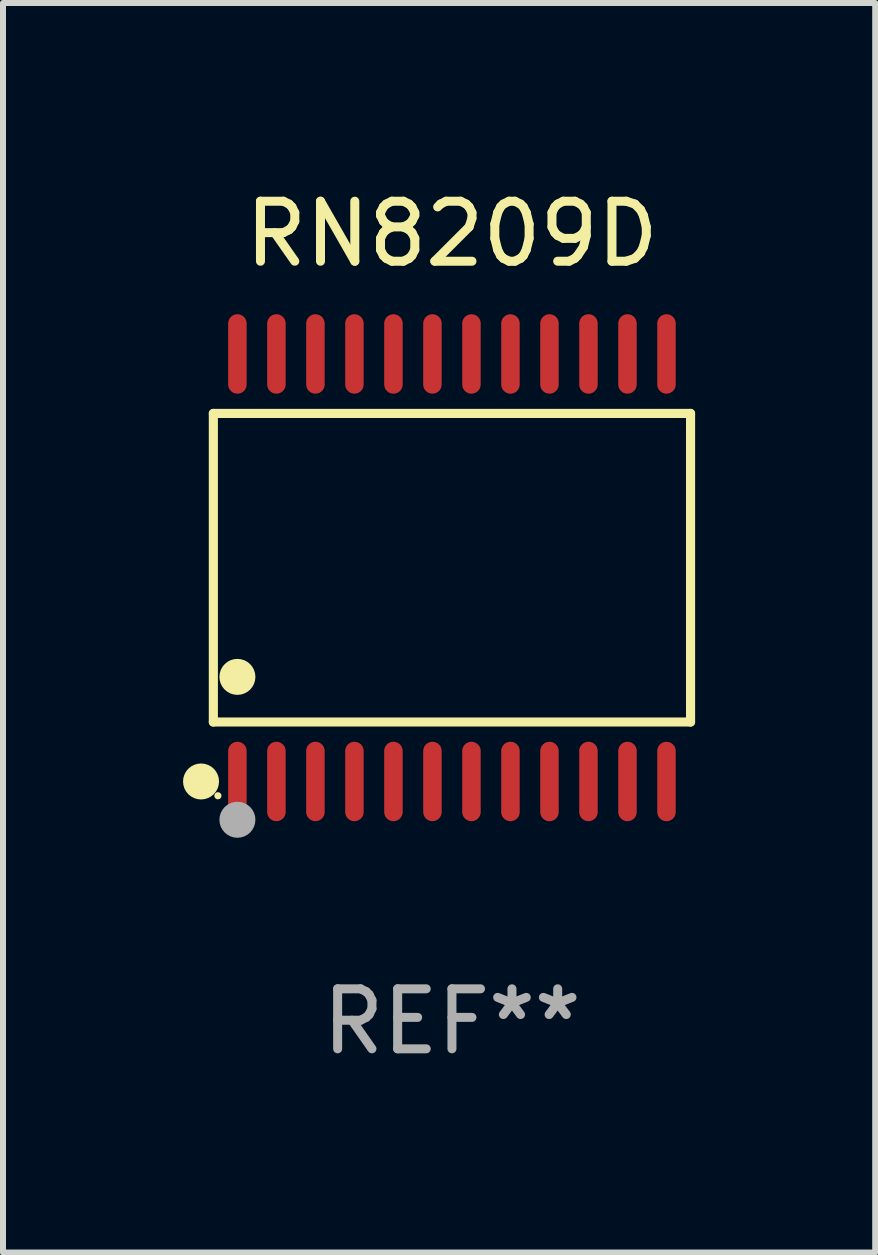
<source format=kicad_pcb>
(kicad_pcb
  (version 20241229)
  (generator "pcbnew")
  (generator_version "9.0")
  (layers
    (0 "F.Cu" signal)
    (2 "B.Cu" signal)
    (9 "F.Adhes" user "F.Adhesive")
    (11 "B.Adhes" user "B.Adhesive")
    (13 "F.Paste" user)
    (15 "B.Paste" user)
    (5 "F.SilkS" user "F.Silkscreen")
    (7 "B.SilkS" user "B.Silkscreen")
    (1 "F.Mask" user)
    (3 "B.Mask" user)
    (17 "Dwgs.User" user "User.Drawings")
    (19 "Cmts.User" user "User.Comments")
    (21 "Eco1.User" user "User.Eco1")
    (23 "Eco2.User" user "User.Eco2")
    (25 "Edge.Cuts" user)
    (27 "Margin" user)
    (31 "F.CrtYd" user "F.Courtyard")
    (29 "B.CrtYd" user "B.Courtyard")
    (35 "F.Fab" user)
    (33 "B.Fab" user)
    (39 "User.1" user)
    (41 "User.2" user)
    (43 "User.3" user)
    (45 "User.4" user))
  (footprint "RN8209D"
    (layer "F.Cu")
    (at 4.481 6.41)
    (property "Reference" "RN8209D" (at 0 -5.562 0) (layer "F.SilkS") (effects (font (size 1 1) (thickness 0.15))))
    (attr through_hole)
    (fp_line (start -3.976 -2.571) (end 3.976 -2.571) (stroke (width 0.152) (type solid)) (layer "F.SilkS"))
    (fp_line (start -3.976 2.571) (end -3.976 -2.571) (stroke (width 0.152) (type solid)) (layer "F.SilkS"))
    (fp_line (start 3.976 -2.571) (end 3.976 2.571) (stroke (width 0.152) (type solid)) (layer "F.SilkS"))
    (fp_line (start 3.976 2.571) (end -3.976 2.571) (stroke (width 0.152) (type solid)) (layer "F.SilkS"))
    (fp_circle (center -4.181 3.562) (end -4.031 3.562) (stroke (width 0.3) (type solid)) (fill no) (layer "F.SilkS"))
    (fp_circle (center -3.9 3.8) (end -3.87 3.8) (stroke (width 0.06) (type solid)) (fill no) (layer "F.SilkS"))
    (fp_circle (center -3.575 1.819) (end -3.425 1.819) (stroke (width 0.3) (type solid)) (fill no) (layer "F.SilkS"))
    (fp_circle (center -3.575 4.2) (end -3.425 4.2) (stroke (width 0.3) (type solid)) (fill no) (layer "F.Fab"))
    (fp_text user "REF**" (at 0 7.562 0) (layer "F.Fab") (effects (font (size 1 1) (thickness 0.15))))
    (pad "1" smd oval (at -3.575 3.562) (size 0.308 1.324) (layers "F.Cu" "F.Mask" "F.Paste"))
    (pad "2" smd oval (at -2.925 3.562) (size 0.308 1.324) (layers "F.Cu" "F.Mask" "F.Paste"))
    (pad "3" smd oval (at -2.275 3.562) (size 0.308 1.324) (layers "F.Cu" "F.Mask" "F.Paste"))
    (pad "4" smd oval (at -1.625 3.562) (size 0.308 1.324) (layers "F.Cu" "F.Mask" "F.Paste"))
    (pad "5" smd oval (at -0.975 3.562) (size 0.308 1.324) (layers "F.Cu" "F.Mask" "F.Paste"))
    (pad "6" smd oval (at -0.325 3.562) (size 0.308 1.324) (layers "F.Cu" "F.Mask" "F.Paste"))
    (pad "7" smd oval (at 0.325 3.562) (size 0.308 1.324) (layers "F.Cu" "F.Mask" "F.Paste"))
    (pad "8" smd oval (at 0.975 3.562) (size 0.308 1.324) (layers "F.Cu" "F.Mask" "F.Paste"))
    (pad "9" smd oval (at 1.625 3.562) (size 0.308 1.324) (layers "F.Cu" "F.Mask" "F.Paste"))
    (pad "10" smd oval (at 2.275 3.562) (size 0.308 1.324) (layers "F.Cu" "F.Mask" "F.Paste"))
    (pad "11" smd oval (at 2.925 3.562) (size 0.308 1.324) (layers "F.Cu" "F.Mask" "F.Paste"))
    (pad "12" smd oval (at 3.575 3.562) (size 0.308 1.324) (layers "F.Cu" "F.Mask" "F.Paste"))
    (pad "13" smd oval (at 3.575 -3.562) (size 0.308 1.324) (layers "F.Cu" "F.Mask" "F.Paste"))
    (pad "14" smd oval (at 2.925 -3.562) (size 0.308 1.324) (layers "F.Cu" "F.Mask" "F.Paste"))
    (pad "15" smd oval (at 2.275 -3.562) (size 0.308 1.324) (layers "F.Cu" "F.Mask" "F.Paste"))
    (pad "16" smd oval (at 1.625 -3.562) (size 0.308 1.324) (layers "F.Cu" "F.Mask" "F.Paste"))
    (pad "17" smd oval (at 0.975 -3.562) (size 0.308 1.324) (layers "F.Cu" "F.Mask" "F.Paste"))
    (pad "18" smd oval (at 0.325 -3.562) (size 0.308 1.324) (layers "F.Cu" "F.Mask" "F.Paste"))
    (pad "19" smd oval (at -0.325 -3.562) (size 0.308 1.324) (layers "F.Cu" "F.Mask" "F.Paste"))
    (pad "20" smd oval (at -0.975 -3.562) (size 0.308 1.324) (layers "F.Cu" "F.Mask" "F.Paste"))
    (pad "21" smd oval (at -1.625 -3.562) (size 0.308 1.324) (layers "F.Cu" "F.Mask" "F.Paste"))
    (pad "22" smd oval (at -2.275 -3.562) (size 0.308 1.324) (layers "F.Cu" "F.Mask" "F.Paste"))
    (pad "23" smd oval (at -2.925 -3.562) (size 0.308 1.324) (layers "F.Cu" "F.Mask" "F.Paste"))
    (pad "24" smd oval (at -3.575 -3.562) (size 0.308 1.324) (layers "F.Cu" "F.Mask" "F.Paste")))
  (gr_rect
    (start -3 -3)
    (end 11.534 17.821)
    (stroke (width 0.1) (type default))
    (fill no)
    (layer "Edge.Cuts")))
</source>
